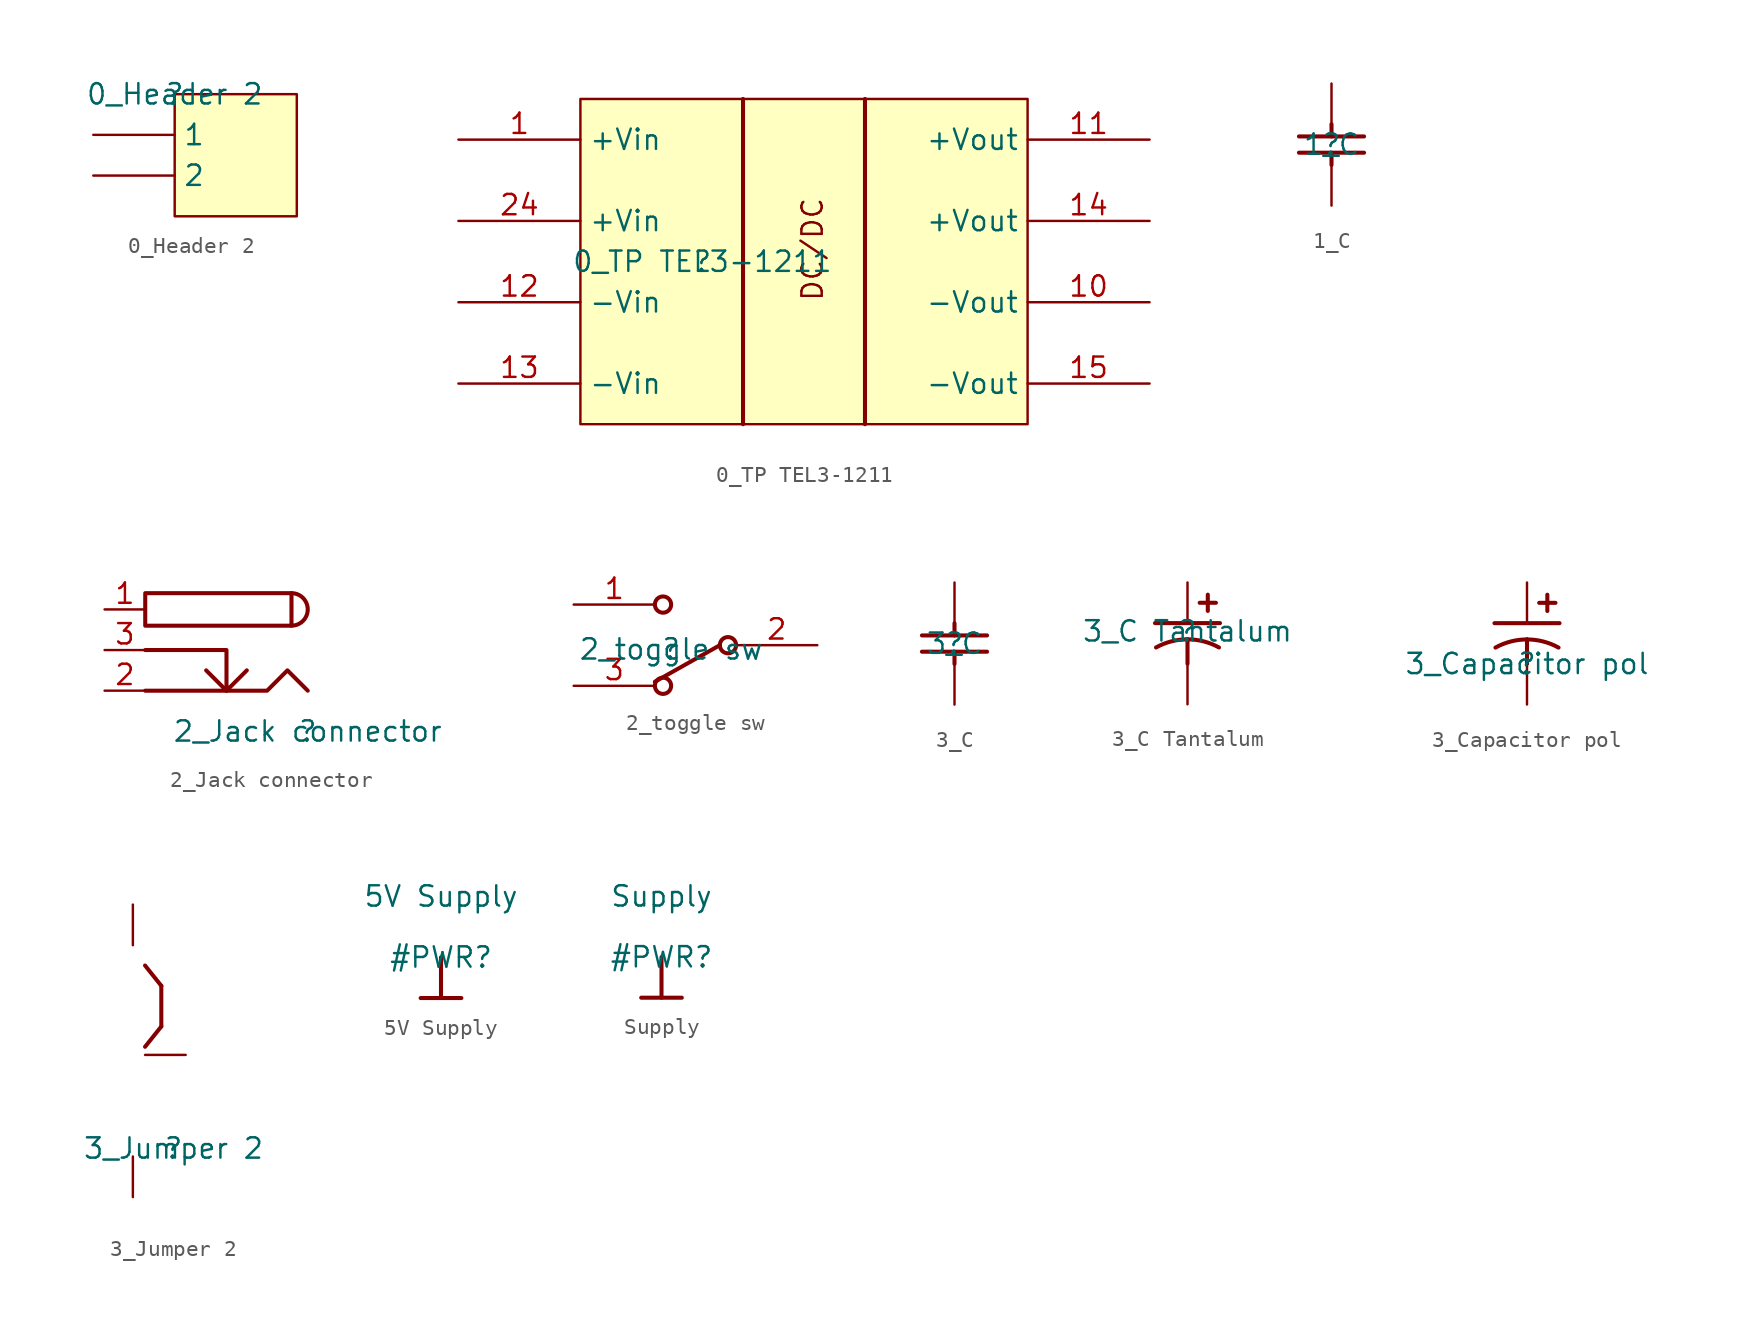
<source format=kicad_sym>
(kicad_symbol_lib
  (version 20211014)
  (generator kicad_symbol_editor)
  (symbol "0_Header 2"
    (property "Reference" ""
      (at 0 0 0)
      (effects (font (size 1.27 1.27))))
    (property "Value" "0_Header 2"
      (at 0 0 0)
      (effects (font (size 1.27 1.27))))
    (symbol "0_Header 2_1_0"
      (rectangle (start 7.62 0) (end 0 -7.62) (stroke (width 0) (type default) (color 0 0 0 0)) (fill (type background)))
      (pin passive line (at -5.08 -2.54 0) (length 5.08) (name "1" (effects (font (size 1.27 1.27)))) (number "1" (effects (font (size 0 0)))))
      (pin passive line (at -5.08 -5.08 0) (length 5.08) (name "2" (effects (font (size 1.27 1.27)))) (number "2" (effects (font (size 0 0)))))))
  (symbol "0_TP TEL3-1211"
    (property "Reference" ""
      (at 0 0 0)
      (effects (font (size 1.27 1.27))))
    (property "Value" "0_TP TEL3-1211"
      (at 0 0 0)
      (effects (font (size 1.27 1.27))))
    (symbol "0_TP TEL3-1211_1_0"
      (polyline (pts (xy 2.54 10.16) (xy 2.54 -10.16)) (stroke (width 0.254) (type default) (color 0 0 0 0)) (fill (type none)))
      (polyline (pts (xy 10.16 10.16) (xy 10.16 -10.16)) (stroke (width 0.254) (type default) (color 0 0 0 0)) (fill (type none)))
      (rectangle (start 20.32 10.16) (end -7.62 -10.16) (stroke (width 0) (type default) (color 0 0 0 0)) (fill (type background)))
      (text "DC/DC" (at 7.62 -2.54 900) (effects (font (size 1.27 1.27)) (justify left bottom)))
      (pin passive line (at -15.24 7.62 0) (length 7.62) (name "+Vin" (effects (font (size 1.27 1.27)))) (number "1" (effects (font (size 1.27 1.27)))))
      (pin passive line (at 27.94 -2.54 180) (length 7.62) (name "-Vout" (effects (font (size 1.27 1.27)))) (number "10" (effects (font (size 1.27 1.27)))))
      (pin passive line (at 27.94 7.62 180) (length 7.62) (name "+Vout" (effects (font (size 1.27 1.27)))) (number "11" (effects (font (size 1.27 1.27)))))
      (pin passive line (at -15.24 -2.54 0) (length 7.62) (name "-Vin" (effects (font (size 1.27 1.27)))) (number "12" (effects (font (size 1.27 1.27)))))
      (pin passive line (at -15.24 -7.62 0) (length 7.62) (name "-Vin" (effects (font (size 1.27 1.27)))) (number "13" (effects (font (size 1.27 1.27)))))
      (pin passive line (at 27.94 2.54 180) (length 7.62) (name "+Vout" (effects (font (size 1.27 1.27)))) (number "14" (effects (font (size 1.27 1.27)))))
      (pin passive line (at 27.94 -7.62 180) (length 7.62) (name "-Vout" (effects (font (size 1.27 1.27)))) (number "15" (effects (font (size 1.27 1.27)))))
      (pin passive line (at -15.24 2.54 0) (length 7.62) (name "+Vin" (effects (font (size 1.27 1.27)))) (number "24" (effects (font (size 1.27 1.27)))))))
  (symbol "1_C"
    (property "Reference" ""
      (at 0 0 0)
      (effects (font (size 1.27 1.27))))
    (property "Value" "1_C"
      (at 0 0 0)
      (effects (font (size 1.27 1.27))))
    (symbol "1_C_1_0"
      (polyline (pts (xy -2.032 0.508) (xy 2.032 0.508)) (stroke (width 0.254) (type default) (color 0 0 0 0)) (fill (type none)))
      (polyline (pts (xy 0 -1.27) (xy 0 -0.508)) (stroke (width 0.254) (type default) (color 0 0 0 0)) (fill (type none)))
      (polyline (pts (xy 0 1.27) (xy 0 0.508)) (stroke (width 0.254) (type default) (color 0 0 0 0)) (fill (type none)))
      (polyline (pts (xy 2.032 -0.508) (xy -2.032 -0.508)) (stroke (width 0.254) (type default) (color 0 0 0 0)) (fill (type none)))
      (pin passive line (at 0 -3.81 90) (length 2.54) (name "1" (effects (font (size 0 0)))) (number "1" (effects (font (size 0 0)))))
      (pin passive line (at 0 3.81 270) (length 2.54) (name "2" (effects (font (size 0 0)))) (number "2" (effects (font (size 0 0)))))))
  (symbol "2_Jack connector"
    (property "Reference" ""
      (at 0 0 0)
      (effects (font (size 1.27 1.27))))
    (property "Value" "2_Jack connector"
      (at 0 0 0)
      (effects (font (size 1.27 1.27))))
    (symbol "2_Jack connector_1_0"
      (arc (start -1.016 6.604) (mid 0 7.62) (end -1.016 8.636) (stroke (width 0.254) (type default) (color 0 0 0 0)) (fill (type none)))
      (polyline (pts (xy -5.08 2.54) (xy -6.35 3.81)) (stroke (width 0.254) (type default) (color 0 0 0 0)) (fill (type none)))
      (polyline (pts (xy -10.16 2.54) (xy -2.54 2.54) (xy -1.27 3.81) (xy 0 2.54)) (stroke (width 0.254) (type default) (color 0 0 0 0)) (fill (type none)))
      (polyline (pts (xy -10.16 5.08) (xy -5.08 5.08) (xy -5.08 2.54) (xy -3.81 3.81)) (stroke (width 0.254) (type default) (color 0 0 0 0)) (fill (type none)))
      (polyline (pts (xy -10.16 8.636) (xy -1.016 8.636) (xy -1.016 6.604) (xy -10.16 6.604) (xy -10.16 8.636)) (stroke (width 0.254) (type default) (color 0 0 0 0)) (fill (type none)))
      (pin power_in line (at -12.7 7.62 0) (length 2.54) (name "1" (effects (font (size 0 0)))) (number "1" (effects (font (size 1.27 1.27)))))
      (pin power_in line (at -12.7 2.54 0) (length 2.54) (name "2" (effects (font (size 0 0)))) (number "2" (effects (font (size 1.27 1.27)))))
      (pin power_in line (at -12.7 5.08 0) (length 2.54) (name "3" (effects (font (size 0 0)))) (number "3" (effects (font (size 1.27 1.27)))))))
  (symbol "2_toggle sw"
    (property "Reference" ""
      (at 0 0 0)
      (effects (font (size 1.27 1.27))))
    (property "Value" "2_toggle sw"
      (at 0 0 0)
      (effects (font (size 1.27 1.27))))
    (symbol "2_toggle sw_1_0"
      (circle (center -0.508 -2.286) (radius 0.508) (stroke (width 0.254) (type default) (color 0 0 0 0)) (fill (type none)))
      (circle (center -0.508 2.794) (radius 0.508) (stroke (width 0.254) (type default) (color 0 0 0 0)) (fill (type none)))
      (polyline (pts (xy 3.048 0.254) (xy -1.016 -2.032)) (stroke (width 0.254) (type default) (color 0 0 0 0)) (fill (type none)))
      (circle (center 3.556 0.254) (radius 0.508) (stroke (width 0.254) (type default) (color 0 0 0 0)) (fill (type none)))
      (pin passive line (at -6.096 2.794 0) (length 5.08) (name "1" (effects (font (size 0 0)))) (number "1" (effects (font (size 1.27 1.27)))))
      (pin passive line (at 9.144 0.254 180) (length 5.08) (name "2" (effects (font (size 0 0)))) (number "2" (effects (font (size 1.27 1.27)))))
      (pin passive line (at -6.096 -2.286 0) (length 5.08) (name "3" (effects (font (size 0 0)))) (number "3" (effects (font (size 1.27 1.27)))))))
  (symbol "3_C"
    (property "Reference" ""
      (at 0 0 0)
      (effects (font (size 1.27 1.27))))
    (property "Value" "3_C"
      (at 0 0 0)
      (effects (font (size 1.27 1.27))))
    (symbol "3_C_1_0"
      (polyline (pts (xy -2.032 0.508) (xy 2.032 0.508)) (stroke (width 0.254) (type default) (color 0 0 0 0)) (fill (type none)))
      (polyline (pts (xy 0 -1.27) (xy 0 -0.508)) (stroke (width 0.254) (type default) (color 0 0 0 0)) (fill (type none)))
      (polyline (pts (xy 0 1.27) (xy 0 0.508)) (stroke (width 0.254) (type default) (color 0 0 0 0)) (fill (type none)))
      (polyline (pts (xy 2.032 -0.508) (xy -2.032 -0.508)) (stroke (width 0.254) (type default) (color 0 0 0 0)) (fill (type none)))
      (pin passive line (at 0 3.81 270) (length 2.54) (name "1" (effects (font (size 0 0)))) (number "1" (effects (font (size 0 0)))))
      (pin passive line (at 0 -3.81 90) (length 2.54) (name "2" (effects (font (size 0 0)))) (number "2" (effects (font (size 0 0)))))))
  (symbol "3_C Tantalum"
    (property "Reference" ""
      (at 0 0 0)
      (effects (font (size 1.27 1.27))))
    (property "Value" "3_C Tantalum"
      (at 0 0 0)
      (effects (font (size 1.27 1.27))))
    (symbol "3_C Tantalum_1_0"
      (arc (start 0 -0.508) (mid -1.0175 -0.6374) (end -1.9703 -1.0175) (stroke (width 0.254) (type default) (color 0 0 0 0)) (fill (type none)))
      (polyline (pts (xy -2.032 0.508) (xy 2.032 0.508)) (stroke (width 0.254) (type default) (color 0 0 0 0)) (fill (type none)))
      (polyline (pts (xy 0 -0.508) (xy 0 -2.032)) (stroke (width 0.254) (type default) (color 0 0 0 0)) (fill (type none)))
      (polyline (pts (xy 0.762 1.778) (xy 1.778 1.778)) (stroke (width 0.254) (type default) (color 0 0 0 0)) (fill (type none)))
      (polyline (pts (xy 1.27 1.27) (xy 1.27 2.286)) (stroke (width 0.254) (type default) (color 0 0 0 0)) (fill (type none)))
      (arc (start 1.9703 -1.0175) (mid 1.0176 -0.6374) (end 0 -0.508) (stroke (width 0.254) (type default) (color 0 0 0 0)) (fill (type none)))
      (pin passive line (at 0 3.048 270) (length 2.54) (name "1" (effects (font (size 0 0)))) (number "1" (effects (font (size 0 0)))))
      (pin passive line (at 0 -4.572 90) (length 2.54) (name "2" (effects (font (size 0 0)))) (number "2" (effects (font (size 0 0)))))))
  (symbol "3_Capacitor pol"
    (property "Reference" ""
      (at 0 0 0)
      (effects (font (size 1.27 1.27))))
    (property "Value" "3_Capacitor pol"
      (at 0 0 0)
      (effects (font (size 1.27 1.27))))
    (symbol "3_Capacitor pol_1_0"
      (polyline (pts (xy -2.032 2.54) (xy 2.032 2.54)) (stroke (width 0.254) (type default) (color 0 0 0 0)) (fill (type none)))
      (polyline (pts (xy 0 1.524) (xy 0 0)) (stroke (width 0.254) (type default) (color 0 0 0 0)) (fill (type none)))
      (polyline (pts (xy 0.762 3.81) (xy 1.778 3.81)) (stroke (width 0.254) (type default) (color 0 0 0 0)) (fill (type none)))
      (polyline (pts (xy 1.27 3.302) (xy 1.27 4.318)) (stroke (width 0.254) (type default) (color 0 0 0 0)) (fill (type none)))
      (arc (start 0 1.524) (mid -1.0175 1.3946) (end -1.9703 1.0145) (stroke (width 0.254) (type default) (color 0 0 0 0)) (fill (type none)))
      (arc (start 1.9703 1.0145) (mid 1.0176 1.3946) (end 0 1.524) (stroke (width 0.254) (type default) (color 0 0 0 0)) (fill (type none)))
      (pin passive line (at 0 5.08 270) (length 2.54) (name "1" (effects (font (size 0 0)))) (number "1" (effects (font (size 0 0)))))
      (pin passive line (at 0 -2.54 90) (length 2.54) (name "2" (effects (font (size 0 0)))) (number "2" (effects (font (size 0 0)))))))
  (symbol "3_Jumper 2"
    (property "Reference" ""
      (at 0 0 0)
      (effects (font (size 1.27 1.27))))
    (property "Value" "3_Jumper 2"
      (at 0 0 0)
      (effects (font (size 1.27 1.27))))
    (symbol "3_Jumper 2_1_0"
      (polyline (pts (xy -1.778 11.43) (xy -0.762 10.16)) (stroke (width 0.254) (type default) (color 0 0 0 0)) (fill (type none)))
      (polyline (pts (xy -0.762 7.62) (xy -1.778 6.35)) (stroke (width 0.254) (type default) (color 0 0 0 0)) (fill (type none)))
      (polyline (pts (xy -0.762 7.62) (xy -0.762 10.16)) (stroke (width 0.254) (type default) (color 0 0 0 0)) (fill (type none)))
      (pin passive line (at -2.54 15.24 270) (length 2.54) (name "C1" (effects (font (size 0 0)))) (number "1" (effects (font (size 0 0)))))
      (pin passive line (at 0.762 5.842 180) (length 2.54) (name "C2" (effects (font (size 0 0)))) (number "2" (effects (font (size 0 0)))))
      (pin passive line (at -2.54 -3.048 90) (length 2.54) (name "C3" (effects (font (size 0 0)))) (number "3" (effects (font (size 0 0)))))))
  (symbol "5V Supply"
    (power)
    (property "Reference" "#PWR"
      (at 0 0 0)
      (effects (font (size 1.27 1.27))))
    (property "Value" "5V Supply"
      (at 0 3.81 0)
      (effects (font (size 1.27 1.27))))
    (symbol "5V Supply_0_0"
      (polyline (pts (xy -1.27 -2.54) (xy 1.27 -2.54)) (stroke (width 0.254) (type default) (color 0 0 0 0)) (fill (type none)))
      (polyline (pts (xy 0 0) (xy 0 -2.54)) (stroke (width 0.254) (type default) (color 0 0 0 0)) (fill (type none)))
      (pin power_in line (at 0 0 0) (length 0) hide (name "5V_Supply" (effects (font (size 1.27 1.27)))) (number "" (effects (font (size 1.27 1.27)))))))
  (symbol "Supply"
    (power)
    (property "Reference" "#PWR"
      (at 0 0 0)
      (effects (font (size 1.27 1.27))))
    (property "Value" "Supply"
      (at 0 3.81 0)
      (effects (font (size 1.27 1.27))))
    (symbol "Supply_0_0"
      (polyline (pts (xy -1.27 -2.54) (xy 1.27 -2.54)) (stroke (width 0.254) (type default) (color 0 0 0 0)) (fill (type none)))
      (polyline (pts (xy 0 0) (xy 0 -2.54)) (stroke (width 0.254) (type default) (color 0 0 0 0)) (fill (type none)))
      (pin power_in line (at 0 0 0) (length 0) hide (name "Supply" (effects (font (size 1.27 1.27)))) (number "" (effects (font (size 1.27 1.27))))))))
</source>
